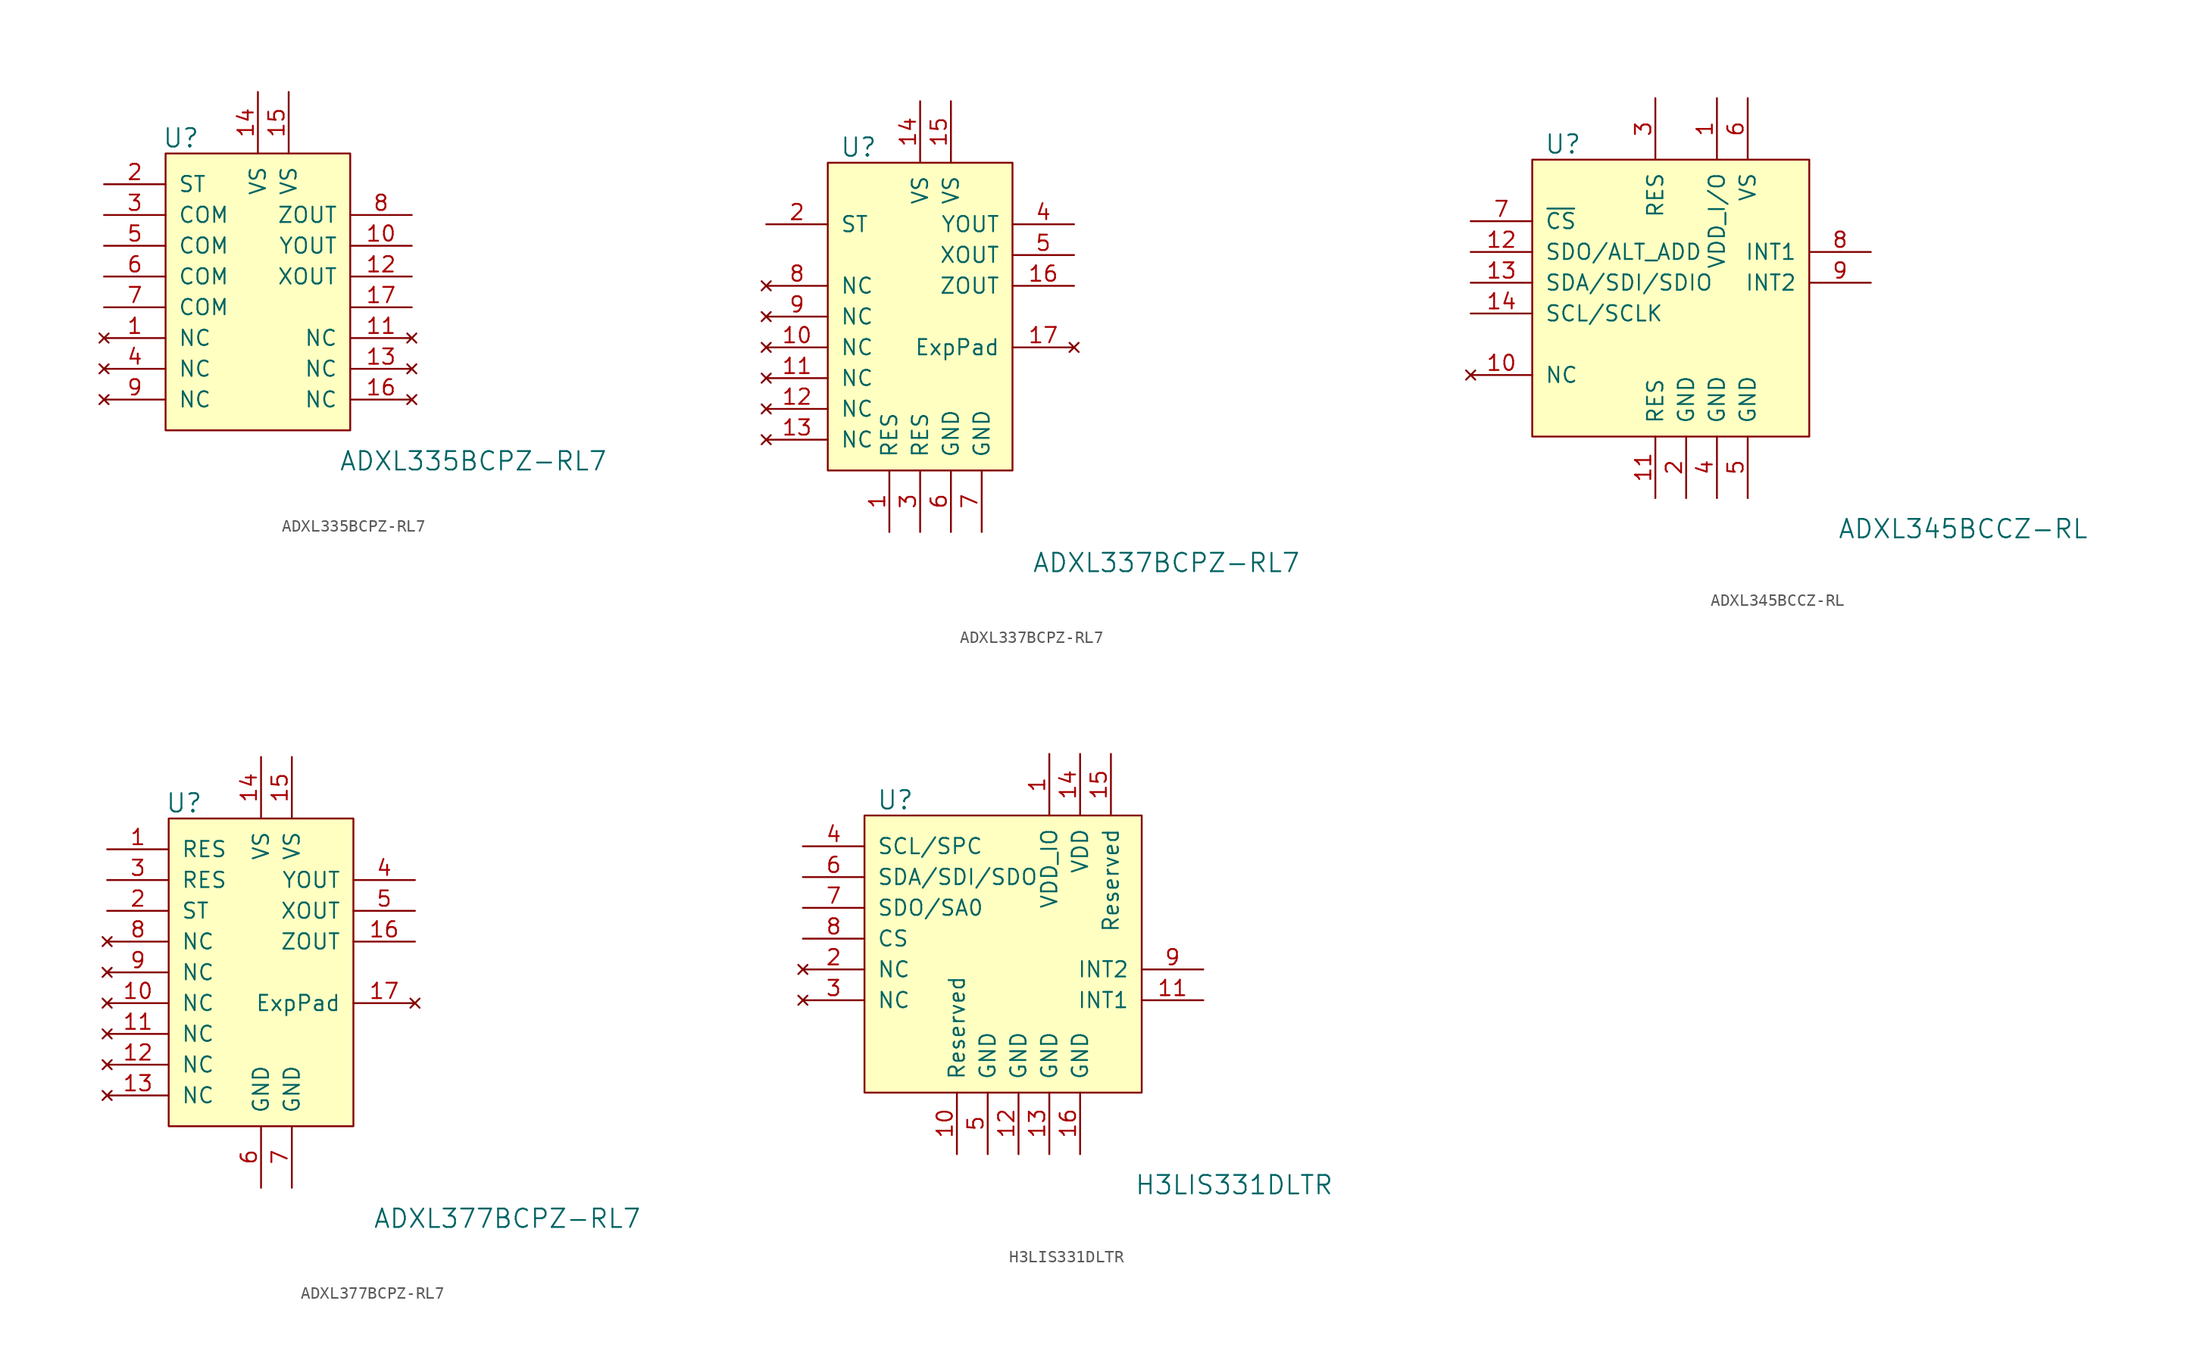
<source format=kicad_sym>
(kicad_symbol_lib
  (version 20231120)
  (generator "kicad_symbol_editor")
  (generator_version "8.0")
  (symbol "ADXL335BCPZ-RL7"
    (pin_names
      (offset 1.016))
    (property "Reference" "U"
      (at -6.35 11.43 0)
      (effects (font (size 1.524 1.524))))
    (property "Value" "ADXL335BCPZ-RL7"
      (at 17.78 -15.24 0)
      (effects (font (size 1.524 1.524))))
    (symbol "ADXL335BCPZ-RL7_0_1"
      (rectangle (start -7.62 10.16) (end 7.62 -12.7) (stroke (width 0) (type default)) (fill (type background))))
    (symbol "ADXL335BCPZ-RL7_1_1"
      (pin no_connect line (at -12.7 -5.08 0) (length 5.08) (name "NC" (effects (font (size 1.27 1.27)))) (number "1" (effects (font (size 1.27 1.27)))))
      (pin output line (at 12.7 2.54 180) (length 5.08) (name "YOUT" (effects (font (size 1.27 1.27)))) (number "10" (effects (font (size 1.27 1.27)))))
      (pin no_connect line (at 12.7 -5.08 180) (length 5.08) (name "NC" (effects (font (size 1.27 1.27)))) (number "11" (effects (font (size 1.27 1.27)))))
      (pin output line (at 12.7 0 180) (length 5.08) (name "XOUT" (effects (font (size 1.27 1.27)))) (number "12" (effects (font (size 1.27 1.27)))))
      (pin no_connect line (at 12.7 -7.62 180) (length 5.08) (name "NC" (effects (font (size 1.27 1.27)))) (number "13" (effects (font (size 1.27 1.27)))))
      (pin power_in line (at 0 15.24 270) (length 5.08) (name "VS" (effects (font (size 1.27 1.27)))) (number "14" (effects (font (size 1.27 1.27)))))
      (pin power_in line (at 2.54 15.24 270) (length 5.08) (name "VS" (effects (font (size 1.27 1.27)))) (number "15" (effects (font (size 1.27 1.27)))))
      (pin no_connect line (at 12.7 -10.16 180) (length 5.08) (name "NC" (effects (font (size 1.27 1.27)))) (number "16" (effects (font (size 1.27 1.27)))))
      (pin unspecified line (at 12.7 -2.54 180) (length 5.08) (name "~" (effects (font (size 1.27 1.27)))) (number "17" (effects (font (size 1.27 1.27)))))
      (pin input line (at -12.7 7.62 0) (length 5.08) (name "ST" (effects (font (size 1.27 1.27)))) (number "2" (effects (font (size 1.27 1.27)))))
      (pin input line (at -12.7 5.08 0) (length 5.08) (name "COM" (effects (font (size 1.27 1.27)))) (number "3" (effects (font (size 1.27 1.27)))))
      (pin no_connect line (at -12.7 -7.62 0) (length 5.08) (name "NC" (effects (font (size 1.27 1.27)))) (number "4" (effects (font (size 1.27 1.27)))))
      (pin input line (at -12.7 2.54 0) (length 5.08) (name "COM" (effects (font (size 1.27 1.27)))) (number "5" (effects (font (size 1.27 1.27)))))
      (pin input line (at -12.7 0 0) (length 5.08) (name "COM" (effects (font (size 1.27 1.27)))) (number "6" (effects (font (size 1.27 1.27)))))
      (pin input line (at -12.7 -2.54 0) (length 5.08) (name "COM" (effects (font (size 1.27 1.27)))) (number "7" (effects (font (size 1.27 1.27)))))
      (pin output line (at 12.7 5.08 180) (length 5.08) (name "ZOUT" (effects (font (size 1.27 1.27)))) (number "8" (effects (font (size 1.27 1.27)))))
      (pin no_connect line (at -12.7 -10.16 0) (length 5.08) (name "NC" (effects (font (size 1.27 1.27)))) (number "9" (effects (font (size 1.27 1.27)))))))
  (symbol "ADXL337BCPZ-RL7"
    (pin_names
      (offset 1.016))
    (property "Reference" "U"
      (at -5.08 13.97 0)
      (effects (font (size 1.524 1.524))))
    (property "Value" "ADXL337BCPZ-RL7"
      (at 20.32 -20.32 0)
      (effects (font (size 1.524 1.524))))
    (symbol "ADXL337BCPZ-RL7_0_1"
      (rectangle (start -7.62 12.7) (end 7.62 -12.7) (stroke (width 0) (type default)) (fill (type background))))
    (symbol "ADXL337BCPZ-RL7_1_1"
      (pin input line (at -2.54 -17.78 90) (length 5.08) (name "RES" (effects (font (size 1.27 1.27)))) (number "1" (effects (font (size 1.27 1.27)))))
      (pin no_connect line (at -12.7 -2.54 0) (length 5.08) (name "NC" (effects (font (size 1.27 1.27)))) (number "10" (effects (font (size 1.27 1.27)))))
      (pin no_connect line (at -12.7 -5.08 0) (length 5.08) (name "NC" (effects (font (size 1.27 1.27)))) (number "11" (effects (font (size 1.27 1.27)))))
      (pin no_connect line (at -12.7 -7.62 0) (length 5.08) (name "NC" (effects (font (size 1.27 1.27)))) (number "12" (effects (font (size 1.27 1.27)))))
      (pin no_connect line (at -12.7 -10.16 0) (length 5.08) (name "NC" (effects (font (size 1.27 1.27)))) (number "13" (effects (font (size 1.27 1.27)))))
      (pin power_in line (at 0 17.78 270) (length 5.08) (name "VS" (effects (font (size 1.27 1.27)))) (number "14" (effects (font (size 1.27 1.27)))))
      (pin power_in line (at 2.54 17.78 270) (length 5.08) (name "VS" (effects (font (size 1.27 1.27)))) (number "15" (effects (font (size 1.27 1.27)))))
      (pin output line (at 12.7 2.54 180) (length 5.08) (name "ZOUT" (effects (font (size 1.27 1.27)))) (number "16" (effects (font (size 1.27 1.27)))))
      (pin no_connect line (at 12.7 -2.54 180) (length 5.08) (name "ExpPad" (effects (font (size 1.27 1.27)))) (number "17" (effects (font (size 1.27 1.27)))))
      (pin input line (at -12.7 7.62 0) (length 5.08) (name "ST" (effects (font (size 1.27 1.27)))) (number "2" (effects (font (size 1.27 1.27)))))
      (pin input line (at 0 -17.78 90) (length 5.08) (name "RES" (effects (font (size 1.27 1.27)))) (number "3" (effects (font (size 1.27 1.27)))))
      (pin output line (at 12.7 7.62 180) (length 5.08) (name "YOUT" (effects (font (size 1.27 1.27)))) (number "4" (effects (font (size 1.27 1.27)))))
      (pin output line (at 12.7 5.08 180) (length 5.08) (name "XOUT" (effects (font (size 1.27 1.27)))) (number "5" (effects (font (size 1.27 1.27)))))
      (pin power_in line (at 2.54 -17.78 90) (length 5.08) (name "GND" (effects (font (size 1.27 1.27)))) (number "6" (effects (font (size 1.27 1.27)))))
      (pin power_in line (at 5.08 -17.78 90) (length 5.08) (name "GND" (effects (font (size 1.27 1.27)))) (number "7" (effects (font (size 1.27 1.27)))))
      (pin no_connect line (at -12.7 2.54 0) (length 5.08) (name "NC" (effects (font (size 1.27 1.27)))) (number "8" (effects (font (size 1.27 1.27)))))
      (pin no_connect line (at -12.7 0 0) (length 5.08) (name "NC" (effects (font (size 1.27 1.27)))) (number "9" (effects (font (size 1.27 1.27)))))))
  (symbol "ADXL345BCCZ-RL"
    (pin_names
      (offset 1.016))
    (property "Reference" "U"
      (at -10.16 13.97 0)
      (effects (font (size 1.524 1.524))))
    (property "Value" "ADXL345BCCZ-RL"
      (at 22.86 -17.78 0)
      (effects (font (size 1.524 1.524))))
    (symbol "ADXL345BCCZ-RL_0_1"
      (rectangle (start -12.7 12.7) (end 10.16 -10.16) (stroke (width 0) (type default)) (fill (type background))))
    (symbol "ADXL345BCCZ-RL_1_1"
      (pin power_in line (at 2.54 17.78 270) (length 5.08) (name "VDD_I/O" (effects (font (size 1.27 1.27)))) (number "1" (effects (font (size 1.27 1.27)))))
      (pin no_connect line (at -17.78 -5.08 0) (length 5.08) (name "NC" (effects (font (size 1.27 1.27)))) (number "10" (effects (font (size 1.27 1.27)))))
      (pin power_in line (at -2.54 -15.24 90) (length 5.08) (name "RES" (effects (font (size 1.27 1.27)))) (number "11" (effects (font (size 1.27 1.27)))))
      (pin bidirectional line (at -17.78 5.08 0) (length 5.08) (name "SDO/ALT_ADD" (effects (font (size 1.27 1.27)))) (number "12" (effects (font (size 1.27 1.27)))))
      (pin bidirectional line (at -17.78 2.54 0) (length 5.08) (name "SDA/SDI/SDIO" (effects (font (size 1.27 1.27)))) (number "13" (effects (font (size 1.27 1.27)))))
      (pin bidirectional line (at -17.78 0 0) (length 5.08) (name "SCL/SCLK" (effects (font (size 1.27 1.27)))) (number "14" (effects (font (size 1.27 1.27)))))
      (pin power_in line (at 0 -15.24 90) (length 5.08) (name "GND" (effects (font (size 1.27 1.27)))) (number "2" (effects (font (size 1.27 1.27)))))
      (pin power_in line (at -2.54 17.78 270) (length 5.08) (name "RES" (effects (font (size 1.27 1.27)))) (number "3" (effects (font (size 1.27 1.27)))))
      (pin power_in line (at 2.54 -15.24 90) (length 5.08) (name "GND" (effects (font (size 1.27 1.27)))) (number "4" (effects (font (size 1.27 1.27)))))
      (pin power_in line (at 5.08 -15.24 90) (length 5.08) (name "GND" (effects (font (size 1.27 1.27)))) (number "5" (effects (font (size 1.27 1.27)))))
      (pin power_in line (at 5.08 17.78 270) (length 5.08) (name "VS" (effects (font (size 1.27 1.27)))) (number "6" (effects (font (size 1.27 1.27)))))
      (pin input line (at -17.78 7.62 0) (length 5.08) (name "~{CS}" (effects (font (size 1.27 1.27)))) (number "7" (effects (font (size 1.27 1.27)))))
      (pin output line (at 15.24 5.08 180) (length 5.08) (name "INT1" (effects (font (size 1.27 1.27)))) (number "8" (effects (font (size 1.27 1.27)))))
      (pin output line (at 15.24 2.54 180) (length 5.08) (name "INT2" (effects (font (size 1.27 1.27)))) (number "9" (effects (font (size 1.27 1.27)))))))
  (symbol "ADXL377BCPZ-RL7"
    (pin_names
      (offset 1.016))
    (property "Reference" "U"
      (at -6.35 13.97 0)
      (effects (font (size 1.524 1.524))))
    (property "Value" "ADXL377BCPZ-RL7"
      (at 20.32 -20.32 0)
      (effects (font (size 1.524 1.524))))
    (symbol "ADXL377BCPZ-RL7_0_1"
      (rectangle (start -7.62 12.7) (end 7.62 -12.7) (stroke (width 0) (type default)) (fill (type background))))
    (symbol "ADXL377BCPZ-RL7_1_1"
      (pin input line (at -12.7 10.16 0) (length 5.08) (name "RES" (effects (font (size 1.27 1.27)))) (number "1" (effects (font (size 1.27 1.27)))))
      (pin no_connect line (at -12.7 -2.54 0) (length 5.08) (name "NC" (effects (font (size 1.27 1.27)))) (number "10" (effects (font (size 1.27 1.27)))))
      (pin no_connect line (at -12.7 -5.08 0) (length 5.08) (name "NC" (effects (font (size 1.27 1.27)))) (number "11" (effects (font (size 1.27 1.27)))))
      (pin no_connect line (at -12.7 -7.62 0) (length 5.08) (name "NC" (effects (font (size 1.27 1.27)))) (number "12" (effects (font (size 1.27 1.27)))))
      (pin no_connect line (at -12.7 -10.16 0) (length 5.08) (name "NC" (effects (font (size 1.27 1.27)))) (number "13" (effects (font (size 1.27 1.27)))))
      (pin power_in line (at 0 17.78 270) (length 5.08) (name "VS" (effects (font (size 1.27 1.27)))) (number "14" (effects (font (size 1.27 1.27)))))
      (pin power_in line (at 2.54 17.78 270) (length 5.08) (name "VS" (effects (font (size 1.27 1.27)))) (number "15" (effects (font (size 1.27 1.27)))))
      (pin output line (at 12.7 2.54 180) (length 5.08) (name "ZOUT" (effects (font (size 1.27 1.27)))) (number "16" (effects (font (size 1.27 1.27)))))
      (pin no_connect line (at 12.7 -2.54 180) (length 5.08) (name "ExpPad" (effects (font (size 1.27 1.27)))) (number "17" (effects (font (size 1.27 1.27)))))
      (pin input line (at -12.7 5.08 0) (length 5.08) (name "ST" (effects (font (size 1.27 1.27)))) (number "2" (effects (font (size 1.27 1.27)))))
      (pin input line (at -12.7 7.62 0) (length 5.08) (name "RES" (effects (font (size 1.27 1.27)))) (number "3" (effects (font (size 1.27 1.27)))))
      (pin output line (at 12.7 7.62 180) (length 5.08) (name "YOUT" (effects (font (size 1.27 1.27)))) (number "4" (effects (font (size 1.27 1.27)))))
      (pin output line (at 12.7 5.08 180) (length 5.08) (name "XOUT" (effects (font (size 1.27 1.27)))) (number "5" (effects (font (size 1.27 1.27)))))
      (pin power_in line (at 0 -17.78 90) (length 5.08) (name "GND" (effects (font (size 1.27 1.27)))) (number "6" (effects (font (size 1.27 1.27)))))
      (pin power_in line (at 2.54 -17.78 90) (length 5.08) (name "GND" (effects (font (size 1.27 1.27)))) (number "7" (effects (font (size 1.27 1.27)))))
      (pin no_connect line (at -12.7 2.54 0) (length 5.08) (name "NC" (effects (font (size 1.27 1.27)))) (number "8" (effects (font (size 1.27 1.27)))))
      (pin no_connect line (at -12.7 0 0) (length 5.08) (name "NC" (effects (font (size 1.27 1.27)))) (number "9" (effects (font (size 1.27 1.27)))))))
  (symbol "H3LIS331DLTR"
    (pin_names
      (offset 1.016))
    (property "Reference" "U"
      (at -7.62 11.43 0)
      (effects (font (size 1.524 1.524))))
    (property "Value" "H3LIS331DLTR"
      (at 20.32 -20.32 0)
      (effects (font (size 1.524 1.524))))
    (symbol "H3LIS331DLTR_0_1"
      (rectangle (start -10.16 -12.7) (end 12.7 10.16) (stroke (width 0) (type default)) (fill (type background))))
    (symbol "H3LIS331DLTR_1_1"
      (pin power_in line (at 5.08 15.24 270) (length 5.08) (name "VDD_IO" (effects (font (size 1.27 1.27)))) (number "1" (effects (font (size 1.27 1.27)))))
      (pin power_in line (at -2.54 -17.78 90) (length 5.08) (name "Reserved" (effects (font (size 1.27 1.27)))) (number "10" (effects (font (size 1.27 1.27)))))
      (pin output line (at 17.78 -5.08 180) (length 5.08) (name "INT1" (effects (font (size 1.27 1.27)))) (number "11" (effects (font (size 1.27 1.27)))))
      (pin power_in line (at 2.54 -17.78 90) (length 5.08) (name "GND" (effects (font (size 1.27 1.27)))) (number "12" (effects (font (size 1.27 1.27)))))
      (pin power_in line (at 5.08 -17.78 90) (length 5.08) (name "GND" (effects (font (size 1.27 1.27)))) (number "13" (effects (font (size 1.27 1.27)))))
      (pin power_in line (at 7.62 15.24 270) (length 5.08) (name "VDD" (effects (font (size 1.27 1.27)))) (number "14" (effects (font (size 1.27 1.27)))))
      (pin power_in line (at 10.16 15.24 270) (length 5.08) (name "Reserved" (effects (font (size 1.27 1.27)))) (number "15" (effects (font (size 1.27 1.27)))))
      (pin power_in line (at 7.62 -17.78 90) (length 5.08) (name "GND" (effects (font (size 1.27 1.27)))) (number "16" (effects (font (size 1.27 1.27)))))
      (pin no_connect line (at -15.24 -2.54 0) (length 5.08) (name "NC" (effects (font (size 1.27 1.27)))) (number "2" (effects (font (size 1.27 1.27)))))
      (pin no_connect line (at -15.24 -5.08 0) (length 5.08) (name "NC" (effects (font (size 1.27 1.27)))) (number "3" (effects (font (size 1.27 1.27)))))
      (pin input line (at -15.24 7.62 0) (length 5.08) (name "SCL/SPC" (effects (font (size 1.27 1.27)))) (number "4" (effects (font (size 1.27 1.27)))))
      (pin power_in line (at 0 -17.78 90) (length 5.08) (name "GND" (effects (font (size 1.27 1.27)))) (number "5" (effects (font (size 1.27 1.27)))))
      (pin bidirectional line (at -15.24 5.08 0) (length 5.08) (name "SDA/SDI/SDO" (effects (font (size 1.27 1.27)))) (number "6" (effects (font (size 1.27 1.27)))))
      (pin bidirectional line (at -15.24 2.54 0) (length 5.08) (name "SDO/SA0" (effects (font (size 1.27 1.27)))) (number "7" (effects (font (size 1.27 1.27)))))
      (pin input line (at -15.24 0 0) (length 5.08) (name "CS" (effects (font (size 1.27 1.27)))) (number "8" (effects (font (size 1.27 1.27)))))
      (pin output line (at 17.78 -2.54 180) (length 5.08) (name "INT2" (effects (font (size 1.27 1.27)))) (number "9" (effects (font (size 1.27 1.27))))))))
</source>
